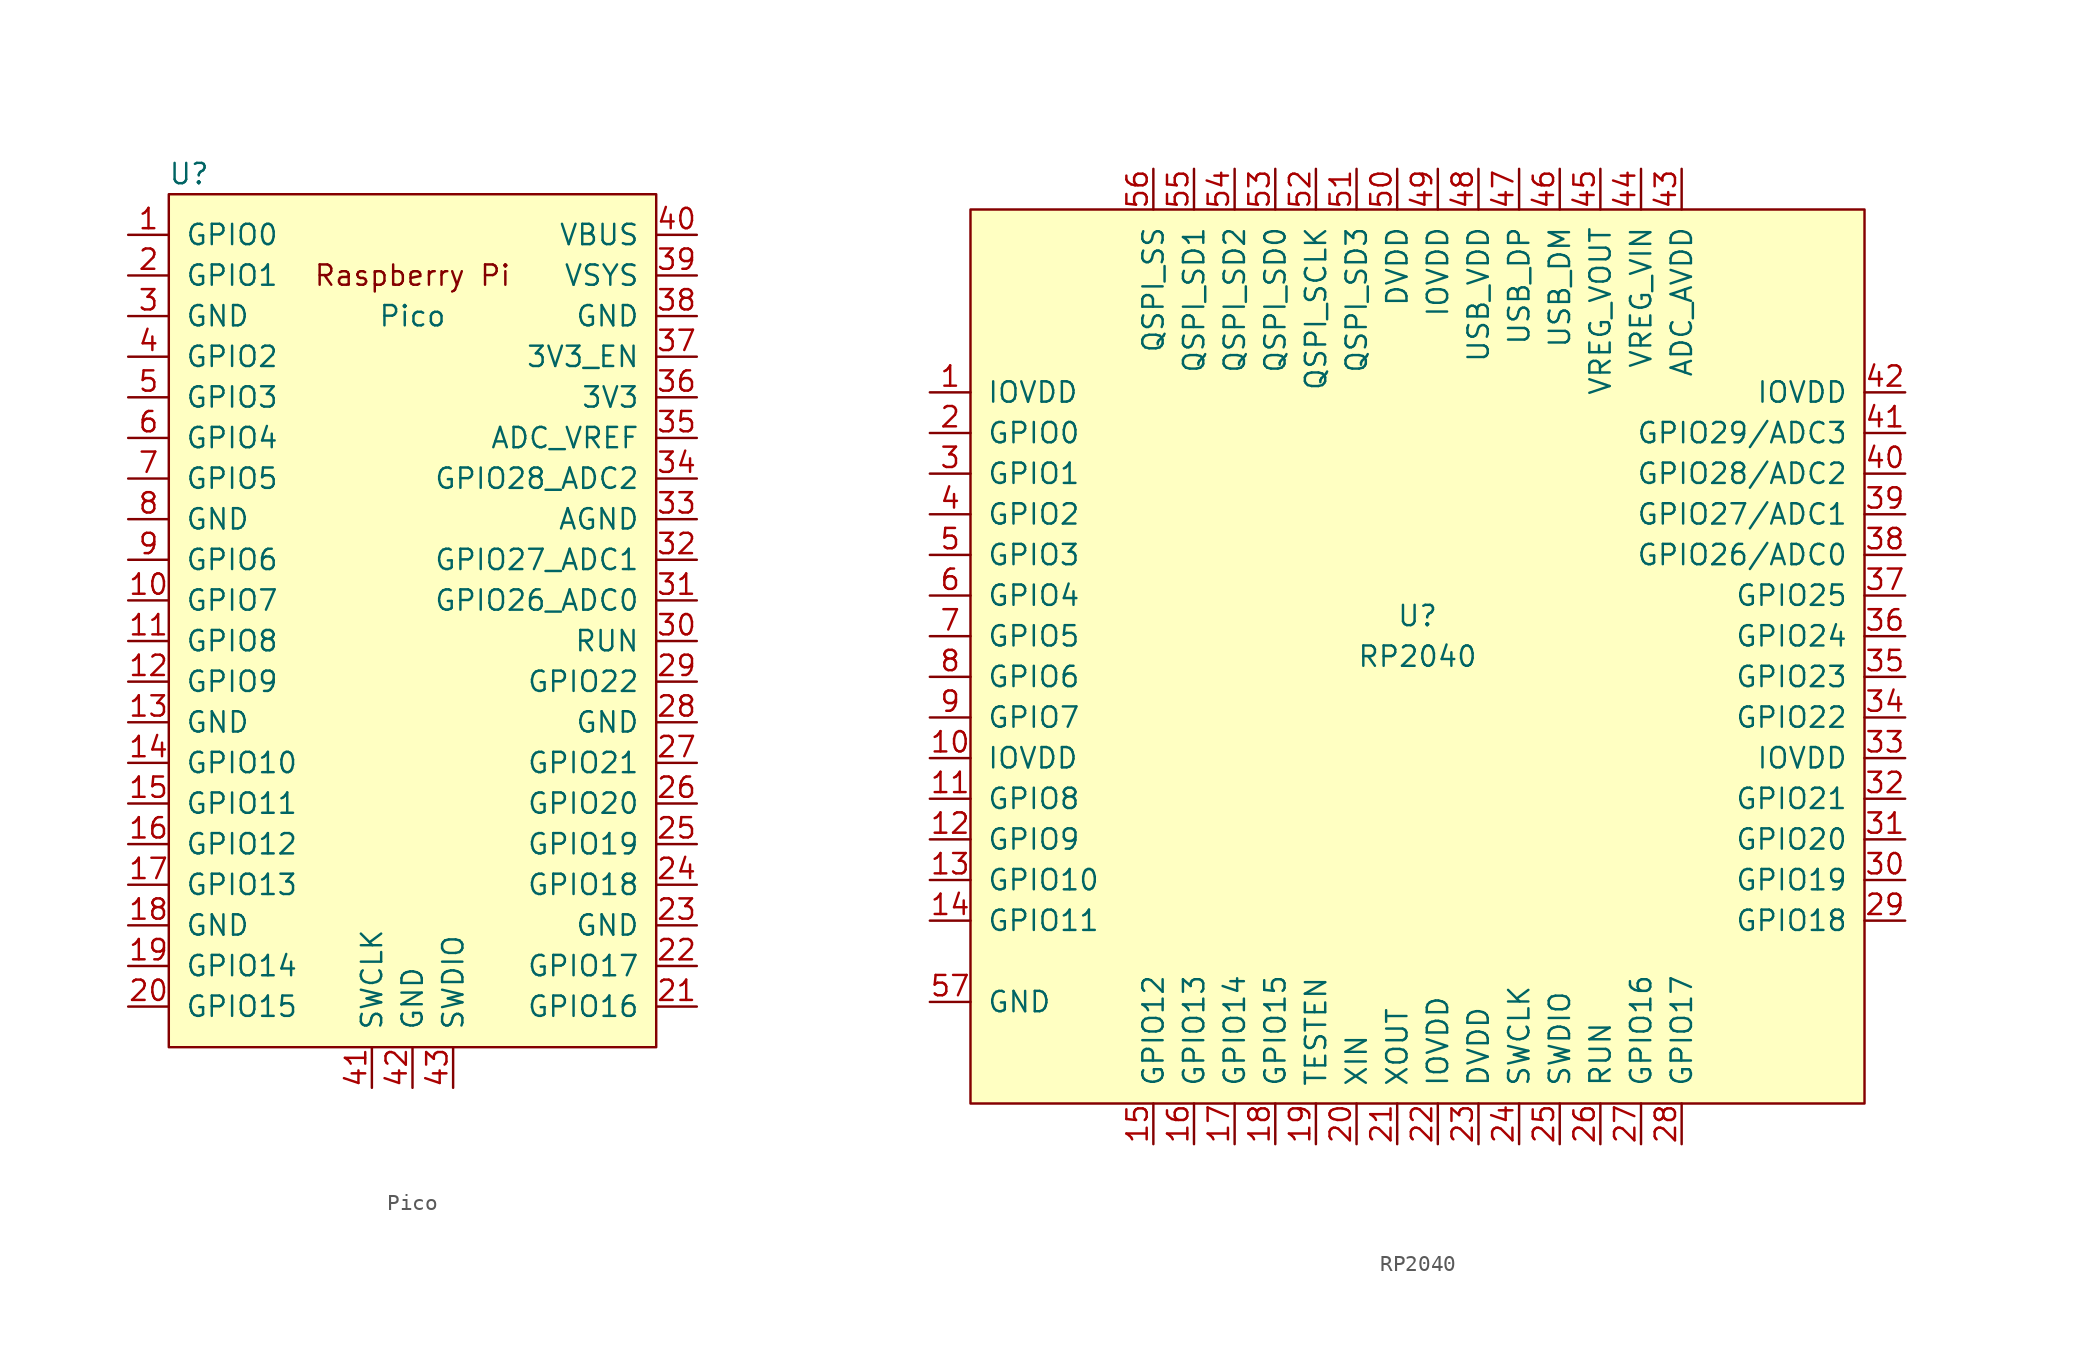
<source format=kicad_sym>
(kicad_symbol_lib
  (version 20211014)
  (generator kicad_symbol_editor)
  (symbol "Pico"
    (pin_names
      (offset 1.016))
    (property "Reference" "U"
      (at -13.97 27.94 0)
      (effects (font (size 1.27 1.27))))
    (property "Value" "Pico"
      (at 0 19.05 0)
      (effects (font (size 1.27 1.27))))
    (symbol "Pico_0_0"
      (text "Raspberry Pi" (at 0 21.59 0) (effects (font (size 1.27 1.27)))))
    (symbol "Pico_0_1"
      (rectangle (start -15.24 26.67) (end 15.24 -26.67) (stroke (width 0) (type default) (color 0 0 0 0)) (fill (type background))))
    (symbol "Pico_1_1"
      (pin bidirectional line (at -17.78 24.13 0) (length 2.54) (name "GPIO0" (effects (font (size 1.27 1.27)))) (number "1" (effects (font (size 1.27 1.27)))))
      (pin bidirectional line (at -17.78 1.27 0) (length 2.54) (name "GPIO7" (effects (font (size 1.27 1.27)))) (number "10" (effects (font (size 1.27 1.27)))))
      (pin bidirectional line (at -17.78 -1.27 0) (length 2.54) (name "GPIO8" (effects (font (size 1.27 1.27)))) (number "11" (effects (font (size 1.27 1.27)))))
      (pin bidirectional line (at -17.78 -3.81 0) (length 2.54) (name "GPIO9" (effects (font (size 1.27 1.27)))) (number "12" (effects (font (size 1.27 1.27)))))
      (pin power_in line (at -17.78 -6.35 0) (length 2.54) (name "GND" (effects (font (size 1.27 1.27)))) (number "13" (effects (font (size 1.27 1.27)))))
      (pin bidirectional line (at -17.78 -8.89 0) (length 2.54) (name "GPIO10" (effects (font (size 1.27 1.27)))) (number "14" (effects (font (size 1.27 1.27)))))
      (pin bidirectional line (at -17.78 -11.43 0) (length 2.54) (name "GPIO11" (effects (font (size 1.27 1.27)))) (number "15" (effects (font (size 1.27 1.27)))))
      (pin bidirectional line (at -17.78 -13.97 0) (length 2.54) (name "GPIO12" (effects (font (size 1.27 1.27)))) (number "16" (effects (font (size 1.27 1.27)))))
      (pin bidirectional line (at -17.78 -16.51 0) (length 2.54) (name "GPIO13" (effects (font (size 1.27 1.27)))) (number "17" (effects (font (size 1.27 1.27)))))
      (pin power_in line (at -17.78 -19.05 0) (length 2.54) (name "GND" (effects (font (size 1.27 1.27)))) (number "18" (effects (font (size 1.27 1.27)))))
      (pin bidirectional line (at -17.78 -21.59 0) (length 2.54) (name "GPIO14" (effects (font (size 1.27 1.27)))) (number "19" (effects (font (size 1.27 1.27)))))
      (pin bidirectional line (at -17.78 21.59 0) (length 2.54) (name "GPIO1" (effects (font (size 1.27 1.27)))) (number "2" (effects (font (size 1.27 1.27)))))
      (pin bidirectional line (at -17.78 -24.13 0) (length 2.54) (name "GPIO15" (effects (font (size 1.27 1.27)))) (number "20" (effects (font (size 1.27 1.27)))))
      (pin bidirectional line (at 17.78 -24.13 180) (length 2.54) (name "GPIO16" (effects (font (size 1.27 1.27)))) (number "21" (effects (font (size 1.27 1.27)))))
      (pin bidirectional line (at 17.78 -21.59 180) (length 2.54) (name "GPIO17" (effects (font (size 1.27 1.27)))) (number "22" (effects (font (size 1.27 1.27)))))
      (pin power_in line (at 17.78 -19.05 180) (length 2.54) (name "GND" (effects (font (size 1.27 1.27)))) (number "23" (effects (font (size 1.27 1.27)))))
      (pin bidirectional line (at 17.78 -16.51 180) (length 2.54) (name "GPIO18" (effects (font (size 1.27 1.27)))) (number "24" (effects (font (size 1.27 1.27)))))
      (pin bidirectional line (at 17.78 -13.97 180) (length 2.54) (name "GPIO19" (effects (font (size 1.27 1.27)))) (number "25" (effects (font (size 1.27 1.27)))))
      (pin bidirectional line (at 17.78 -11.43 180) (length 2.54) (name "GPIO20" (effects (font (size 1.27 1.27)))) (number "26" (effects (font (size 1.27 1.27)))))
      (pin bidirectional line (at 17.78 -8.89 180) (length 2.54) (name "GPIO21" (effects (font (size 1.27 1.27)))) (number "27" (effects (font (size 1.27 1.27)))))
      (pin power_in line (at 17.78 -6.35 180) (length 2.54) (name "GND" (effects (font (size 1.27 1.27)))) (number "28" (effects (font (size 1.27 1.27)))))
      (pin bidirectional line (at 17.78 -3.81 180) (length 2.54) (name "GPIO22" (effects (font (size 1.27 1.27)))) (number "29" (effects (font (size 1.27 1.27)))))
      (pin power_in line (at -17.78 19.05 0) (length 2.54) (name "GND" (effects (font (size 1.27 1.27)))) (number "3" (effects (font (size 1.27 1.27)))))
      (pin input line (at 17.78 -1.27 180) (length 2.54) (name "RUN" (effects (font (size 1.27 1.27)))) (number "30" (effects (font (size 1.27 1.27)))))
      (pin bidirectional line (at 17.78 1.27 180) (length 2.54) (name "GPIO26_ADC0" (effects (font (size 1.27 1.27)))) (number "31" (effects (font (size 1.27 1.27)))))
      (pin bidirectional line (at 17.78 3.81 180) (length 2.54) (name "GPIO27_ADC1" (effects (font (size 1.27 1.27)))) (number "32" (effects (font (size 1.27 1.27)))))
      (pin power_in line (at 17.78 6.35 180) (length 2.54) (name "AGND" (effects (font (size 1.27 1.27)))) (number "33" (effects (font (size 1.27 1.27)))))
      (pin bidirectional line (at 17.78 8.89 180) (length 2.54) (name "GPIO28_ADC2" (effects (font (size 1.27 1.27)))) (number "34" (effects (font (size 1.27 1.27)))))
      (pin unspecified line (at 17.78 11.43 180) (length 2.54) (name "ADC_VREF" (effects (font (size 1.27 1.27)))) (number "35" (effects (font (size 1.27 1.27)))))
      (pin unspecified line (at 17.78 13.97 180) (length 2.54) (name "3V3" (effects (font (size 1.27 1.27)))) (number "36" (effects (font (size 1.27 1.27)))))
      (pin input line (at 17.78 16.51 180) (length 2.54) (name "3V3_EN" (effects (font (size 1.27 1.27)))) (number "37" (effects (font (size 1.27 1.27)))))
      (pin power_out line (at 17.78 19.05 180) (length 2.54) (name "GND" (effects (font (size 1.27 1.27)))) (number "38" (effects (font (size 1.27 1.27)))))
      (pin unspecified line (at 17.78 21.59 180) (length 2.54) (name "VSYS" (effects (font (size 1.27 1.27)))) (number "39" (effects (font (size 1.27 1.27)))))
      (pin bidirectional line (at -17.78 16.51 0) (length 2.54) (name "GPIO2" (effects (font (size 1.27 1.27)))) (number "4" (effects (font (size 1.27 1.27)))))
      (pin power_out line (at 17.78 24.13 180) (length 2.54) (name "VBUS" (effects (font (size 1.27 1.27)))) (number "40" (effects (font (size 1.27 1.27)))))
      (pin input line (at -2.54 -29.21 90) (length 2.54) (name "SWCLK" (effects (font (size 1.27 1.27)))) (number "41" (effects (font (size 1.27 1.27)))))
      (pin power_in line (at 0 -29.21 90) (length 2.54) (name "GND" (effects (font (size 1.27 1.27)))) (number "42" (effects (font (size 1.27 1.27)))))
      (pin bidirectional line (at 2.54 -29.21 90) (length 2.54) (name "SWDIO" (effects (font (size 1.27 1.27)))) (number "43" (effects (font (size 1.27 1.27)))))
      (pin bidirectional line (at -17.78 13.97 0) (length 2.54) (name "GPIO3" (effects (font (size 1.27 1.27)))) (number "5" (effects (font (size 1.27 1.27)))))
      (pin bidirectional line (at -17.78 11.43 0) (length 2.54) (name "GPIO4" (effects (font (size 1.27 1.27)))) (number "6" (effects (font (size 1.27 1.27)))))
      (pin bidirectional line (at -17.78 8.89 0) (length 2.54) (name "GPIO5" (effects (font (size 1.27 1.27)))) (number "7" (effects (font (size 1.27 1.27)))))
      (pin power_in line (at -17.78 6.35 0) (length 2.54) (name "GND" (effects (font (size 1.27 1.27)))) (number "8" (effects (font (size 1.27 1.27)))))
      (pin bidirectional line (at -17.78 3.81 0) (length 2.54) (name "GPIO6" (effects (font (size 1.27 1.27)))) (number "9" (effects (font (size 1.27 1.27)))))))
  (symbol "RP2040"
    (pin_names
      (offset 1.016))
    (property "Reference" "U"
      (at 0 2.54 0)
      (effects (font (size 1.27 1.27))))
    (property "Value" "RP2040"
      (at 0 0 0)
      (effects (font (size 1.27 1.27))))
    (symbol "RP2040_0_1"
      (rectangle (start -27.94 27.94) (end 27.94 -27.94) (stroke (width 0) (type default) (color 0 0 0 0)) (fill (type background))))
    (symbol "RP2040_1_1"
      (pin power_in line (at -30.48 16.51 0) (length 2.54) (name "IOVDD" (effects (font (size 1.27 1.27)))) (number "1" (effects (font (size 1.27 1.27)))))
      (pin power_in line (at -30.48 -6.35 0) (length 2.54) (name "IOVDD" (effects (font (size 1.27 1.27)))) (number "10" (effects (font (size 1.27 1.27)))))
      (pin bidirectional line (at -30.48 -8.89 0) (length 2.54) (name "GPIO8" (effects (font (size 1.27 1.27)))) (number "11" (effects (font (size 1.27 1.27)))))
      (pin bidirectional line (at -30.48 -11.43 0) (length 2.54) (name "GPIO9" (effects (font (size 1.27 1.27)))) (number "12" (effects (font (size 1.27 1.27)))))
      (pin bidirectional line (at -30.48 -13.97 0) (length 2.54) (name "GPIO10" (effects (font (size 1.27 1.27)))) (number "13" (effects (font (size 1.27 1.27)))))
      (pin bidirectional line (at -30.48 -16.51 0) (length 2.54) (name "GPIO11" (effects (font (size 1.27 1.27)))) (number "14" (effects (font (size 1.27 1.27)))))
      (pin bidirectional line (at -16.51 -30.48 90) (length 2.54) (name "GPIO12" (effects (font (size 1.27 1.27)))) (number "15" (effects (font (size 1.27 1.27)))))
      (pin bidirectional line (at -13.97 -30.48 90) (length 2.54) (name "GPIO13" (effects (font (size 1.27 1.27)))) (number "16" (effects (font (size 1.27 1.27)))))
      (pin bidirectional line (at -11.43 -30.48 90) (length 2.54) (name "GPIO14" (effects (font (size 1.27 1.27)))) (number "17" (effects (font (size 1.27 1.27)))))
      (pin bidirectional line (at -8.89 -30.48 90) (length 2.54) (name "GPIO15" (effects (font (size 1.27 1.27)))) (number "18" (effects (font (size 1.27 1.27)))))
      (pin passive line (at -6.35 -30.48 90) (length 2.54) (name "TESTEN" (effects (font (size 1.27 1.27)))) (number "19" (effects (font (size 1.27 1.27)))))
      (pin bidirectional line (at -30.48 13.97 0) (length 2.54) (name "GPIO0" (effects (font (size 1.27 1.27)))) (number "2" (effects (font (size 1.27 1.27)))))
      (pin input line (at -3.81 -30.48 90) (length 2.54) (name "XIN" (effects (font (size 1.27 1.27)))) (number "20" (effects (font (size 1.27 1.27)))))
      (pin passive line (at -1.27 -30.48 90) (length 2.54) (name "XOUT" (effects (font (size 1.27 1.27)))) (number "21" (effects (font (size 1.27 1.27)))))
      (pin power_in line (at 1.27 -30.48 90) (length 2.54) (name "IOVDD" (effects (font (size 1.27 1.27)))) (number "22" (effects (font (size 1.27 1.27)))))
      (pin power_in line (at 3.81 -30.48 90) (length 2.54) (name "DVDD" (effects (font (size 1.27 1.27)))) (number "23" (effects (font (size 1.27 1.27)))))
      (pin output line (at 6.35 -30.48 90) (length 2.54) (name "SWCLK" (effects (font (size 1.27 1.27)))) (number "24" (effects (font (size 1.27 1.27)))))
      (pin bidirectional line (at 8.89 -30.48 90) (length 2.54) (name "SWDIO" (effects (font (size 1.27 1.27)))) (number "25" (effects (font (size 1.27 1.27)))))
      (pin input line (at 11.43 -30.48 90) (length 2.54) (name "RUN" (effects (font (size 1.27 1.27)))) (number "26" (effects (font (size 1.27 1.27)))))
      (pin bidirectional line (at 13.97 -30.48 90) (length 2.54) (name "GPIO16" (effects (font (size 1.27 1.27)))) (number "27" (effects (font (size 1.27 1.27)))))
      (pin bidirectional line (at 16.51 -30.48 90) (length 2.54) (name "GPIO17" (effects (font (size 1.27 1.27)))) (number "28" (effects (font (size 1.27 1.27)))))
      (pin bidirectional line (at 30.48 -16.51 180) (length 2.54) (name "GPIO18" (effects (font (size 1.27 1.27)))) (number "29" (effects (font (size 1.27 1.27)))))
      (pin bidirectional line (at -30.48 11.43 0) (length 2.54) (name "GPIO1" (effects (font (size 1.27 1.27)))) (number "3" (effects (font (size 1.27 1.27)))))
      (pin bidirectional line (at 30.48 -13.97 180) (length 2.54) (name "GPIO19" (effects (font (size 1.27 1.27)))) (number "30" (effects (font (size 1.27 1.27)))))
      (pin bidirectional line (at 30.48 -11.43 180) (length 2.54) (name "GPIO20" (effects (font (size 1.27 1.27)))) (number "31" (effects (font (size 1.27 1.27)))))
      (pin bidirectional line (at 30.48 -8.89 180) (length 2.54) (name "GPIO21" (effects (font (size 1.27 1.27)))) (number "32" (effects (font (size 1.27 1.27)))))
      (pin power_in line (at 30.48 -6.35 180) (length 2.54) (name "IOVDD" (effects (font (size 1.27 1.27)))) (number "33" (effects (font (size 1.27 1.27)))))
      (pin bidirectional line (at 30.48 -3.81 180) (length 2.54) (name "GPIO22" (effects (font (size 1.27 1.27)))) (number "34" (effects (font (size 1.27 1.27)))))
      (pin bidirectional line (at 30.48 -1.27 180) (length 2.54) (name "GPIO23" (effects (font (size 1.27 1.27)))) (number "35" (effects (font (size 1.27 1.27)))))
      (pin bidirectional line (at 30.48 1.27 180) (length 2.54) (name "GPIO24" (effects (font (size 1.27 1.27)))) (number "36" (effects (font (size 1.27 1.27)))))
      (pin bidirectional line (at 30.48 3.81 180) (length 2.54) (name "GPIO25" (effects (font (size 1.27 1.27)))) (number "37" (effects (font (size 1.27 1.27)))))
      (pin bidirectional line (at 30.48 6.35 180) (length 2.54) (name "GPIO26/ADC0" (effects (font (size 1.27 1.27)))) (number "38" (effects (font (size 1.27 1.27)))))
      (pin bidirectional line (at 30.48 8.89 180) (length 2.54) (name "GPIO27/ADC1" (effects (font (size 1.27 1.27)))) (number "39" (effects (font (size 1.27 1.27)))))
      (pin bidirectional line (at -30.48 8.89 0) (length 2.54) (name "GPIO2" (effects (font (size 1.27 1.27)))) (number "4" (effects (font (size 1.27 1.27)))))
      (pin bidirectional line (at 30.48 11.43 180) (length 2.54) (name "GPIO28/ADC2" (effects (font (size 1.27 1.27)))) (number "40" (effects (font (size 1.27 1.27)))))
      (pin bidirectional line (at 30.48 13.97 180) (length 2.54) (name "GPIO29/ADC3" (effects (font (size 1.27 1.27)))) (number "41" (effects (font (size 1.27 1.27)))))
      (pin power_in line (at 30.48 16.51 180) (length 2.54) (name "IOVDD" (effects (font (size 1.27 1.27)))) (number "42" (effects (font (size 1.27 1.27)))))
      (pin power_in line (at 16.51 30.48 270) (length 2.54) (name "ADC_AVDD" (effects (font (size 1.27 1.27)))) (number "43" (effects (font (size 1.27 1.27)))))
      (pin power_in line (at 13.97 30.48 270) (length 2.54) (name "VREG_VIN" (effects (font (size 1.27 1.27)))) (number "44" (effects (font (size 1.27 1.27)))))
      (pin power_out line (at 11.43 30.48 270) (length 2.54) (name "VREG_VOUT" (effects (font (size 1.27 1.27)))) (number "45" (effects (font (size 1.27 1.27)))))
      (pin bidirectional line (at 8.89 30.48 270) (length 2.54) (name "USB_DM" (effects (font (size 1.27 1.27)))) (number "46" (effects (font (size 1.27 1.27)))))
      (pin bidirectional line (at 6.35 30.48 270) (length 2.54) (name "USB_DP" (effects (font (size 1.27 1.27)))) (number "47" (effects (font (size 1.27 1.27)))))
      (pin power_in line (at 3.81 30.48 270) (length 2.54) (name "USB_VDD" (effects (font (size 1.27 1.27)))) (number "48" (effects (font (size 1.27 1.27)))))
      (pin power_in line (at 1.27 30.48 270) (length 2.54) (name "IOVDD" (effects (font (size 1.27 1.27)))) (number "49" (effects (font (size 1.27 1.27)))))
      (pin bidirectional line (at -30.48 6.35 0) (length 2.54) (name "GPIO3" (effects (font (size 1.27 1.27)))) (number "5" (effects (font (size 1.27 1.27)))))
      (pin power_in line (at -1.27 30.48 270) (length 2.54) (name "DVDD" (effects (font (size 1.27 1.27)))) (number "50" (effects (font (size 1.27 1.27)))))
      (pin bidirectional line (at -3.81 30.48 270) (length 2.54) (name "QSPI_SD3" (effects (font (size 1.27 1.27)))) (number "51" (effects (font (size 1.27 1.27)))))
      (pin output line (at -6.35 30.48 270) (length 2.54) (name "QSPI_SCLK" (effects (font (size 1.27 1.27)))) (number "52" (effects (font (size 1.27 1.27)))))
      (pin bidirectional line (at -8.89 30.48 270) (length 2.54) (name "QSPI_SD0" (effects (font (size 1.27 1.27)))) (number "53" (effects (font (size 1.27 1.27)))))
      (pin bidirectional line (at -11.43 30.48 270) (length 2.54) (name "QSPI_SD2" (effects (font (size 1.27 1.27)))) (number "54" (effects (font (size 1.27 1.27)))))
      (pin bidirectional line (at -13.97 30.48 270) (length 2.54) (name "QSPI_SD1" (effects (font (size 1.27 1.27)))) (number "55" (effects (font (size 1.27 1.27)))))
      (pin bidirectional line (at -16.51 30.48 270) (length 2.54) (name "QSPI_SS" (effects (font (size 1.27 1.27)))) (number "56" (effects (font (size 1.27 1.27)))))
      (pin power_in line (at -30.48 -21.59 0) (length 2.54) (name "GND" (effects (font (size 1.27 1.27)))) (number "57" (effects (font (size 1.27 1.27)))))
      (pin bidirectional line (at -30.48 3.81 0) (length 2.54) (name "GPIO4" (effects (font (size 1.27 1.27)))) (number "6" (effects (font (size 1.27 1.27)))))
      (pin bidirectional line (at -30.48 1.27 0) (length 2.54) (name "GPIO5" (effects (font (size 1.27 1.27)))) (number "7" (effects (font (size 1.27 1.27)))))
      (pin bidirectional line (at -30.48 -1.27 0) (length 2.54) (name "GPIO6" (effects (font (size 1.27 1.27)))) (number "8" (effects (font (size 1.27 1.27)))))
      (pin bidirectional line (at -30.48 -3.81 0) (length 2.54) (name "GPIO7" (effects (font (size 1.27 1.27)))) (number "9" (effects (font (size 1.27 1.27))))))))
</source>
